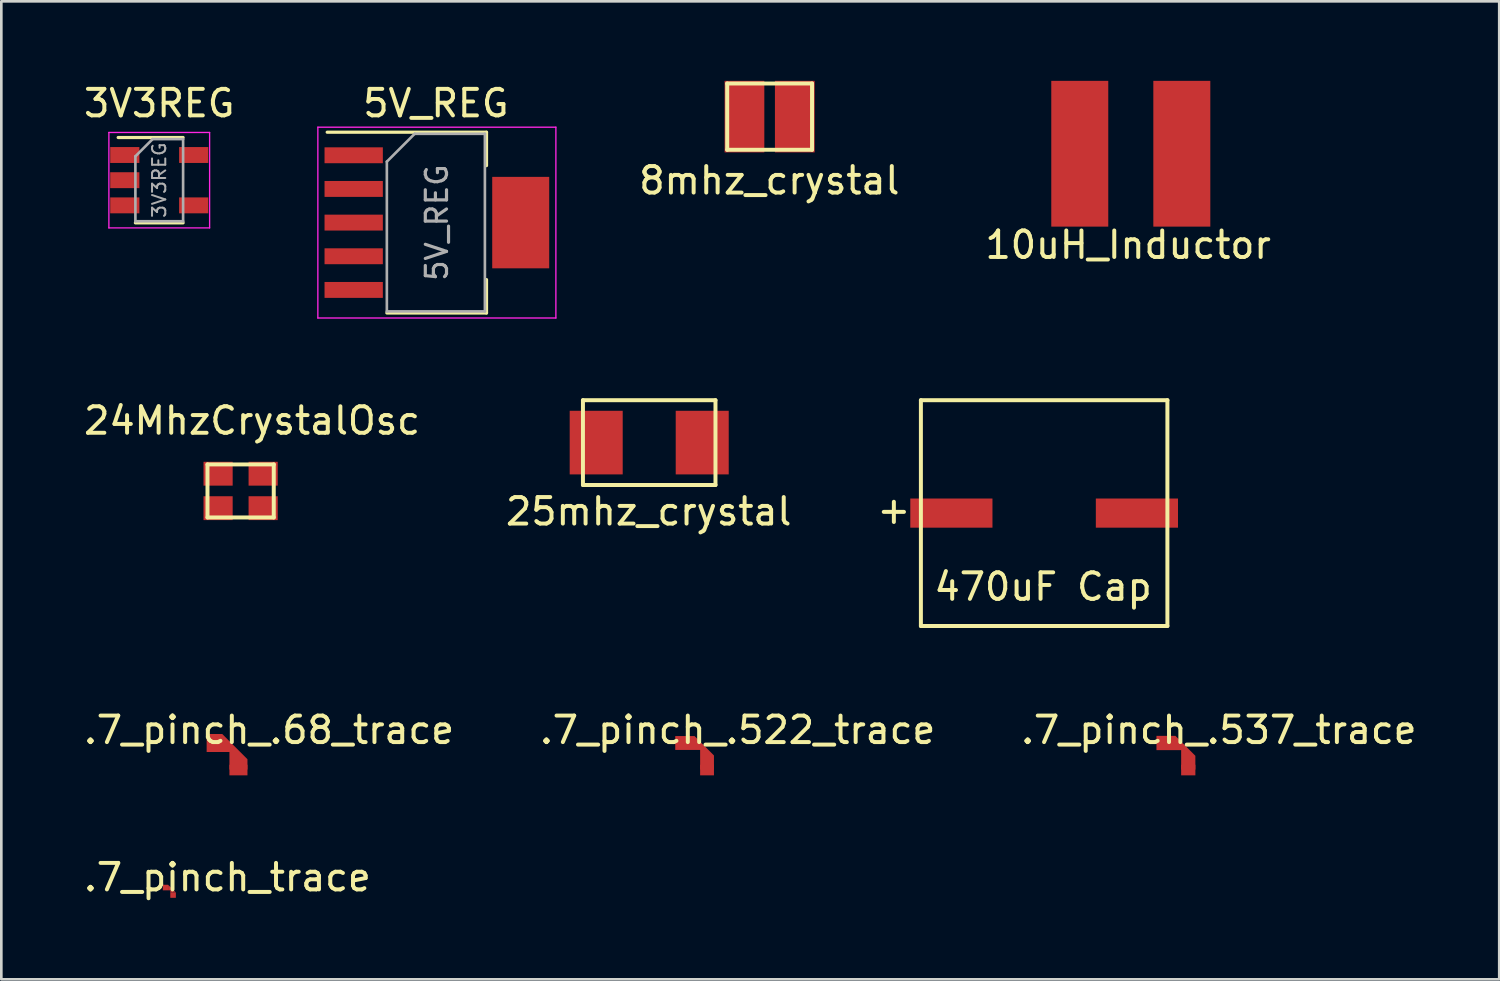
<source format=kicad_pcb>
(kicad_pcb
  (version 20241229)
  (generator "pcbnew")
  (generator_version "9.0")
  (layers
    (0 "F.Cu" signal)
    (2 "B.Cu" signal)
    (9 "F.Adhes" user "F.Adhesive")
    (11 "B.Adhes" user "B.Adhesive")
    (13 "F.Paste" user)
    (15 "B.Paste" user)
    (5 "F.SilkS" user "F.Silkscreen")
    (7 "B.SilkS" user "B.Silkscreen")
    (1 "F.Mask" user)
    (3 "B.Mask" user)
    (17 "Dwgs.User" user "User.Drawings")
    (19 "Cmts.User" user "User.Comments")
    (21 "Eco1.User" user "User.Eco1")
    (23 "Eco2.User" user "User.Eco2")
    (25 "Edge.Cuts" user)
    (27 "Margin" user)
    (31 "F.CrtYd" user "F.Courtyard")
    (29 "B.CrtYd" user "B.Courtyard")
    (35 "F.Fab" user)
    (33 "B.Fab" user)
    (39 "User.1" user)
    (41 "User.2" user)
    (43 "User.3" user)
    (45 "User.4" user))
  (footprint ".7_pinch_trace"
    (layer "F.Cu")
    (at 3.375 30.54)
    (property "Reference" ".7_pinch_trace" (at 2.155 -0.49 0) (layer "F.SilkS") (effects (font (size 1 1) (thickness 0.15))))
    (attr smd)
    (pad "1" smd rect (at -0.183 -0.105) (size 0.2 0.21) (layers "F.Cu"))
    (pad "1" smd trapezoid (at -0.062 -0.145 135) (size 0.061 0.061) (rect_delta 0 0.061) (layers "F.Cu"))
    (pad "1" smd rect (at -0.042 -0.063) (size 0.084 0.126) (layers "F.Cu"))
    (pad "1" smd trapezoid (at 0.032 -0.03 135) (size 0.09 0.09) (rect_delta 0 0.09) (layers "F.Cu"))
    (pad "1" smd rect (at 0.063 0.042) (size 0.126 0.084) (layers "F.Cu"))
    (pad "1" smd rect (at 0.105 0.182 90) (size 0.2 0.21) (layers "F.Cu"))
    (pad "1" smd trapezoid (at 0.145 0.062 135) (size 0.061 0.061) (rect_delta 0 0.061) (layers "F.Cu")))
  (footprint "24MhzCrystalOsc"
    (layer "F.Cu")
    (at 6.028 15.472)
    (property "Reference" "24MhzCrystalOsc" (at 0.43 -2.65 0) (layer "F.SilkS") (effects (font (size 1 1) (thickness 0.15))))
    (attr smd)
    (fp_line (start -1.25 -1) (end -1.25 1) (stroke (width 0.15) (type solid)) (layer "F.SilkS"))
    (fp_line (start -1.25 1) (end 1.25 1) (stroke (width 0.15) (type solid)) (layer "F.SilkS"))
    (fp_line (start 1.25 -1) (end -1.25 -1) (stroke (width 0.15) (type solid)) (layer "F.SilkS"))
    (fp_line (start 1.25 1) (end 1.25 -1) (stroke (width 0.15) (type solid)) (layer "F.SilkS"))
    (pad "1" smd rect (at -0.85 0.65) (size 1.1 0.9) (layers "F.Cu" "F.Mask" "F.Paste"))
    (pad "2" smd rect (at 0.85 0.65) (size 1.1 0.9) (layers "F.Cu" "F.Mask" "F.Paste"))
    (pad "3" smd rect (at 0.85 -0.65) (size 1.1 0.9) (layers "F.Cu" "F.Mask" "F.Paste"))
    (pad "4" smd rect (at -0.85 -0.65) (size 1.1 0.9) (layers "F.Cu" "F.Mask" "F.Paste")))
  (footprint "5V_REG"
    (layer "F.Cu")
    (at 13.432 5.348)
    (property "Reference" "5V_REG" (at -0.037 -4.5 0) (layer "F.SilkS") (effects (font (size 1 1) (thickness 0.15))))
    (attr smd)
    (fp_line (start -4.138 -3.41) (end 1.873 -3.41) (stroke (width 0.12) (type solid)) (layer "F.SilkS"))
    (fp_line (start -1.887 3.41) (end 1.873 3.41) (stroke (width 0.12) (type solid)) (layer "F.SilkS"))
    (fp_line (start 1.873 -3.41) (end 1.873 -2.15) (stroke (width 0.12) (type solid)) (layer "F.SilkS"))
    (fp_line (start 1.873 3.41) (end 1.873 2.15) (stroke (width 0.12) (type solid)) (layer "F.SilkS"))
    (fp_line (start -4.49 -3.6) (end -4.49 3.6) (stroke (width 0.05) (type solid)) (layer "F.CrtYd"))
    (fp_line (start -4.49 -3.6) (end 4.49 -3.6) (stroke (width 0.05) (type solid)) (layer "F.CrtYd"))
    (fp_line (start 4.49 3.6) (end -4.49 3.6) (stroke (width 0.05) (type solid)) (layer "F.CrtYd"))
    (fp_line (start 4.49 3.6) (end 4.49 -3.6) (stroke (width 0.05) (type solid)) (layer "F.CrtYd"))
    (fp_line (start -1.887 -2.3) (end -1.887 3.35) (stroke (width 0.1) (type solid)) (layer "F.Fab"))
    (fp_line (start -1.887 -2.3) (end -0.838 -3.35) (stroke (width 0.1) (type solid)) (layer "F.Fab"))
    (fp_line (start -1.887 3.35) (end 1.812 3.35) (stroke (width 0.1) (type solid)) (layer "F.Fab"))
    (fp_line (start -0.838 -3.35) (end 1.812 -3.35) (stroke (width 0.1) (type solid)) (layer "F.Fab"))
    (fp_line (start 1.812 -3.35) (end 1.812 3.35) (stroke (width 0.1) (type solid)) (layer "F.Fab"))
    (fp_text user "${REFERENCE}" (at 0 0 90) (layer "F.Fab") (effects (font (size 0.8 0.8) (thickness 0.12))))
    (pad "1" smd rect (at -3.138 -2.54) (size 2.2 0.6) (layers "F.Cu" "F.Mask" "F.Paste"))
    (pad "2" smd rect (at -3.138 -1.27) (size 2.2 0.6) (layers "F.Cu" "F.Mask" "F.Paste"))
    (pad "3" smd rect (at -3.138 0) (size 2.2 0.6) (layers "F.Cu" "F.Mask" "F.Paste"))
    (pad "4" smd rect (at -3.138 1.27) (size 2.2 0.6) (layers "F.Cu" "F.Mask" "F.Paste"))
    (pad "5" smd rect (at -3.138 2.54) (size 2.2 0.6) (layers "F.Cu" "F.Mask" "F.Paste"))
    (pad "6" smd rect (at 3.163 0) (size 2.15 3.45) (layers "F.Cu" "F.Mask" "F.Paste")))
  (footprint "8mhz_crystal"
    (layer "F.Cu")
    (at 25.986 1.35)
    (property "Reference" "8mhz_crystal" (at -0.01 2.41 0) (layer "F.SilkS") (effects (font (size 1 1) (thickness 0.15))))
    (attr through_hole)
    (fp_line (start -1.6 -1.25) (end 1.6 -1.25) (stroke (width 0.15) (type solid)) (layer "F.SilkS"))
    (fp_line (start -1.6 1.25) (end -1.6 -1.25) (stroke (width 0.15) (type solid)) (layer "F.SilkS"))
    (fp_line (start -1.6 1.25) (end 1.6 1.25) (stroke (width 0.15) (type solid)) (layer "F.SilkS"))
    (fp_line (start 1.6 1.25) (end 1.6 -1.25) (stroke (width 0.15) (type solid)) (layer "F.SilkS"))
    (pad "1" smd rect (at -0.95 0 180) (size 1.5 2.7) (layers "F.Cu" "F.Mask" "F.Paste"))
    (pad "2" smd rect (at 0.95 0) (size 1.5 2.7) (layers "F.Cu" "F.Mask" "F.Paste")))
  (footprint "10uH_Inductor"
    (layer "F.Cu")
    (at 39.612 2.75)
    (property "Reference" "10uH_Inductor" (at -0.1 3.44 0) (layer "F.SilkS") (effects (font (size 1 1) (thickness 0.15))))
    (attr through_hole)
    (pad "1" smd rect (at -1.925 0) (size 2.15 5.5) (layers "F.Cu" "F.Mask" "F.Paste"))
    (pad "2" smd rect (at 1.925 0) (size 2.15 5.5) (layers "F.Cu" "F.Mask" "F.Paste")))
  (footprint ".7_pinch_.537_trace"
    (layer "F.Cu")
    (at 40.78 24.982)
    (property "Reference" ".7_pinch_.537_trace" (at 2.155 -0.49 0) (layer "F.SilkS") (effects (font (size 1 1) (thickness 0.15))))
    (attr smd)
    (pad "1" smd custom (at 0 0) (size 0.4 0.537) (layers "F.Cu" "F.Mask") (options (anchor rect)) (primitives (gr_poly (pts (xy 0.517 -0.269) (xy 1.268 0.483) (xy 1.268 1) (xy 0.732 1) (xy 0.732 0.269) (xy 0 0.269) (xy 0 -0.269)) (width 0) (fill yes))))
    (pad "1" smd rect (at 1 1.02 90) (size 0.4 0.537) (layers "F.Cu" "F.Mask")))
  (footprint "3V3REG"
    (layer "F.Cu")
    (at 2.958 3.748)
    (property "Reference" "3V3REG" (at 0 -2.9 0) (layer "F.SilkS") (effects (font (size 1 1) (thickness 0.15))))
    (attr smd)
    (fp_line (start -0.9 1.61) (end 0.9 1.61) (stroke (width 0.12) (type solid)) (layer "F.SilkS"))
    (fp_line (start 0.9 -1.61) (end -1.55 -1.61) (stroke (width 0.12) (type solid)) (layer "F.SilkS"))
    (fp_line (start -1.9 -1.8) (end 1.9 -1.8) (stroke (width 0.05) (type solid)) (layer "F.CrtYd"))
    (fp_line (start -1.9 1.8) (end -1.9 -1.8) (stroke (width 0.05) (type solid)) (layer "F.CrtYd"))
    (fp_line (start 1.9 -1.8) (end 1.9 1.8) (stroke (width 0.05) (type solid)) (layer "F.CrtYd"))
    (fp_line (start 1.9 1.8) (end -1.9 1.8) (stroke (width 0.05) (type solid)) (layer "F.CrtYd"))
    (fp_line (start -0.9 -0.9) (end -0.9 1.55) (stroke (width 0.1) (type solid)) (layer "F.Fab"))
    (fp_line (start -0.9 -0.9) (end -0.25 -1.55) (stroke (width 0.1) (type solid)) (layer "F.Fab"))
    (fp_line (start 0.9 -1.55) (end -0.25 -1.55) (stroke (width 0.1) (type solid)) (layer "F.Fab"))
    (fp_line (start 0.9 -1.55) (end 0.9 1.55) (stroke (width 0.1) (type solid)) (layer "F.Fab"))
    (fp_line (start 0.9 1.55) (end -0.9 1.55) (stroke (width 0.1) (type solid)) (layer "F.Fab"))
    (fp_text user "${REFERENCE}" (at 0 0 90) (layer "F.Fab") (effects (font (size 0.5 0.5) (thickness 0.075))))
    (pad "1" smd rect (at -1.3 -0.95) (size 1.1 0.6) (layers "F.Cu" "F.Mask" "F.Paste"))
    (pad "2" smd rect (at -1.3 0) (size 1.1 0.6) (layers "F.Cu" "F.Mask" "F.Paste"))
    (pad "3" smd rect (at -1.3 0.95) (size 1.1 0.6) (layers "F.Cu" "F.Mask" "F.Paste"))
    (pad "4" smd rect (at 1.3 0.95) (size 1.1 0.6) (layers "F.Cu" "F.Mask" "F.Paste"))
    (pad "5" smd rect (at 1.3 -0.95) (size 1.1 0.6) (layers "F.Cu" "F.Mask" "F.Paste")))
  (footprint "470uF Cap"
    (layer "F.Cu")
    (at 36.343 16.308)
    (property "Reference" "470uF Cap" (at -0.04 2.78 0) (layer "F.SilkS") (effects (font (size 1 1) (thickness 0.15))))
    (attr through_hole)
    (fp_line (start -4.65 -4.26) (end -4.65 4.26) (stroke (width 0.15) (type solid)) (layer "F.SilkS"))
    (fp_line (start -4.65 4.26) (end 4.65 4.26) (stroke (width 0.15) (type solid)) (layer "F.SilkS"))
    (fp_line (start 4.65 -4.26) (end -4.65 -4.26) (stroke (width 0.15) (type solid)) (layer "F.SilkS"))
    (fp_line (start 4.65 4.26) (end 4.65 -4.26) (stroke (width 0.15) (type solid)) (layer "F.SilkS"))
    (fp_text user "+" (at -5.67 -0.12 0) (layer "F.SilkS") (effects (font (size 1 1) (thickness 0.15))))
    (pad "1" smd rect (at -3.5 0) (size 3.1 1.1) (layers "F.Cu" "F.Mask" "F.Paste"))
    (pad "2" smd rect (at 3.5 0) (size 3.1 1.1) (layers "F.Cu" "F.Mask" "F.Paste")))
  (footprint ".7_pinch_.68_trace"
    (layer "F.Cu")
    (at 4.946 24.982)
    (property "Reference" ".7_pinch_.68_trace" (at 2.155 -0.49 0) (layer "F.SilkS") (effects (font (size 1 1) (thickness 0.15))))
    (attr smd)
    (pad "1" smd custom (at 0 0) (size 0.4 0.68) (layers "F.Cu" "F.Mask" "F.Paste") (options (anchor rect)) (primitives (gr_poly (pts (xy 0.388 -0.34) (xy 1.34 0.612) (xy 1.34 1) (xy 0.66 1) (xy 0.66 0.34) (xy 0 0.34) (xy 0 -0.34)) (width 0) (fill yes))))
    (pad "1" smd rect (at 1 1.02 90) (size 0.4 0.68) (layers "F.Cu" "F.Mask" "F.Paste")))
  (footprint "25mhz_crystal"
    (layer "F.Cu")
    (at 21.443 13.648)
    (property "Reference" "25mhz_crystal" (at -0.02 2.6 0) (layer "F.SilkS") (effects (font (size 1 1) (thickness 0.15))))
    (attr through_hole)
    (fp_line (start -2.5 -1.6) (end 2.5 -1.6) (stroke (width 0.15) (type solid)) (layer "F.SilkS"))
    (fp_line (start -2.5 1.6) (end -2.5 -1.6) (stroke (width 0.15) (type solid)) (layer "F.SilkS"))
    (fp_line (start -2.5 1.6) (end 2.5 1.6) (stroke (width 0.15) (type solid)) (layer "F.SilkS"))
    (fp_line (start 2.5 1.6) (end 2.5 -1.6) (stroke (width 0.15) (type solid)) (layer "F.SilkS"))
    (pad "1" smd rect (at -2 0) (size 2 2.4) (layers "F.Cu" "F.Mask" "F.Paste"))
    (pad "2" smd rect (at 2 0) (size 2 2.4) (layers "F.Cu" "F.Mask" "F.Paste")))
  (footprint ".7_pinch_.522_trace"
    (layer "F.Cu")
    (at 22.625 24.982)
    (property "Reference" ".7_pinch_.522_trace" (at 2.155 -0.49 0) (layer "F.SilkS") (effects (font (size 1 1) (thickness 0.15))))
    (attr smd)
    (pad "1" smd custom (at 0 0) (size 0.4 0.522) (layers "F.Cu" "F.Mask" "F.Paste") (options (anchor rect)) (primitives (gr_poly (pts (xy 0.53 -0.261) (xy 1.261 0.47) (xy 1.261 1) (xy 0.739 1) (xy 0.739 0.261) (xy 0 0.261) (xy 0 -0.261)) (width 0) (fill yes))))
    (pad "1" smd rect (at 1 1.02 90) (size 0.4 0.522) (layers "F.Cu" "F.Mask" "F.Paste")))
  (gr_rect
    (start -3 -3)
    (end 53.512 33.898)
    (stroke (width 0.1) (type default))
    (fill no)
    (layer "Edge.Cuts")))
</source>
